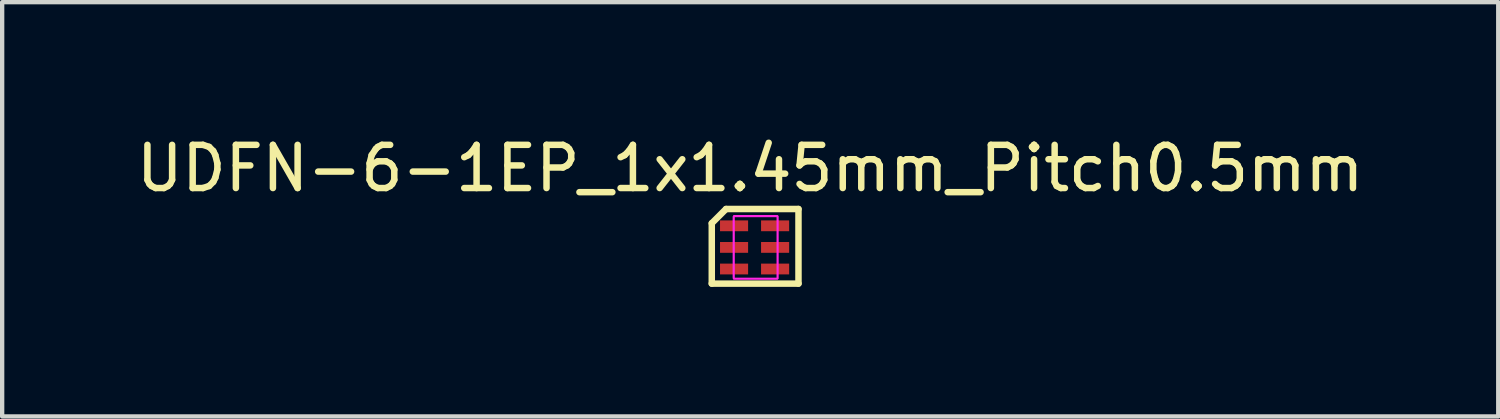
<source format=kicad_pcb>
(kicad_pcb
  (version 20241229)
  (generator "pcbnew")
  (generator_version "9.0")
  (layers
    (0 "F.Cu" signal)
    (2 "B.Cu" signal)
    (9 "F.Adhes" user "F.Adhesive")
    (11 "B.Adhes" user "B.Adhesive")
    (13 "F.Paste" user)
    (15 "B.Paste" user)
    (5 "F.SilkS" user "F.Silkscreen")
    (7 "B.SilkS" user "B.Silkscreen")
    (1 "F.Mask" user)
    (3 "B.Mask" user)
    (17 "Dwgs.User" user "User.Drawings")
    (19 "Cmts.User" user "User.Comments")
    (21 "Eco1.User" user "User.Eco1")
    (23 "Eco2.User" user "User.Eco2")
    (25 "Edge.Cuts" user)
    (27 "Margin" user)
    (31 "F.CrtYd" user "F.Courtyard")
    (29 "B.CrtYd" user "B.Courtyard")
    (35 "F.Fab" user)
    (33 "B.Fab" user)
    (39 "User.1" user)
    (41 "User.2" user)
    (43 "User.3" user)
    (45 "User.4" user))
  (footprint "UDFN-6-1EP_1x1.45mm_Pitch0.5mm"
    (layer "F.Cu")
    (at 14.442 2.677)
    (property "Reference" "UDFN-6-1EP_1x1.45mm_Pitch0.5mm" (at -0.127 -1.829 0) (layer "F.SilkS") (effects (font (size 1 1) (thickness 0.15))))
    (attr smd)
    (fp_line (start -1.016 -0.559) (end -0.686 -0.889) (stroke (width 0.15) (type solid)) (layer "F.SilkS"))
    (fp_line (start -1.016 0.838) (end -1.016 -0.559) (stroke (width 0.15) (type solid)) (layer "F.SilkS"))
    (fp_line (start -0.686 -0.889) (end 0.991 -0.889) (stroke (width 0.15) (type solid)) (layer "F.SilkS"))
    (fp_line (start 0.991 -0.889) (end 0.991 0.838) (stroke (width 0.15) (type solid)) (layer "F.SilkS"))
    (fp_line (start 0.991 0.838) (end -1.016 0.838) (stroke (width 0.15) (type solid)) (layer "F.SilkS"))
    (fp_line (start -0.508 -0.711) (end -0.508 0.711) (stroke (width 0.05) (type solid)) (layer "F.CrtYd"))
    (fp_line (start -0.5 -0.725) (end 0.5 -0.725) (stroke (width 0.05) (type solid)) (layer "F.CrtYd"))
    (fp_line (start -0.5 0.725) (end 0.5 0.725) (stroke (width 0.05) (type solid)) (layer "F.CrtYd"))
    (fp_line (start 0.508 -0.711) (end 0.508 0.711) (stroke (width 0.05) (type solid)) (layer "F.CrtYd"))
    (pad "1" smd rect (at -0.5 -0.5) (size 0.65 0.25) (layers "F.Cu" "F.Mask" "F.Paste"))
    (pad "2" smd rect (at -0.5 0) (size 0.65 0.25) (layers "F.Cu" "F.Mask" "F.Paste"))
    (pad "3" smd rect (at -0.5 0.5) (size 0.65 0.25) (layers "F.Cu" "F.Mask" "F.Paste"))
    (pad "4" smd rect (at 0.45 0.5) (size 0.65 0.25) (layers "F.Cu" "F.Mask" "F.Paste"))
    (pad "5" smd rect (at 0.45 0) (size 0.65 0.25) (layers "F.Cu" "F.Mask" "F.Paste"))
    (pad "6" smd rect (at 0.45 -0.5) (size 0.65 0.25) (layers "F.Cu" "F.Mask" "F.Paste")))
  (gr_rect
    (start -3 -3)
    (end 31.631 6.59)
    (stroke (width 0.1) (type default))
    (fill no)
    (layer "Edge.Cuts")))
</source>
